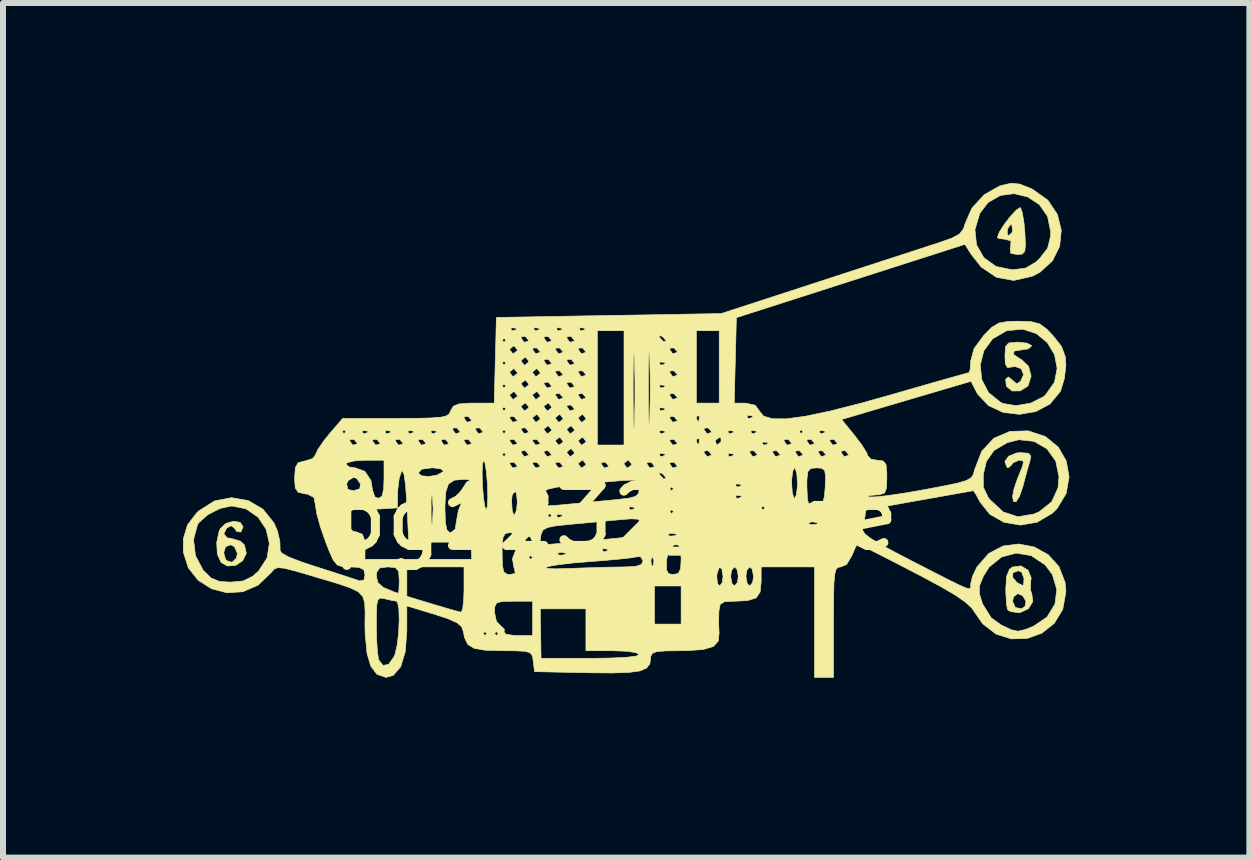
<source format=kicad_pcb>
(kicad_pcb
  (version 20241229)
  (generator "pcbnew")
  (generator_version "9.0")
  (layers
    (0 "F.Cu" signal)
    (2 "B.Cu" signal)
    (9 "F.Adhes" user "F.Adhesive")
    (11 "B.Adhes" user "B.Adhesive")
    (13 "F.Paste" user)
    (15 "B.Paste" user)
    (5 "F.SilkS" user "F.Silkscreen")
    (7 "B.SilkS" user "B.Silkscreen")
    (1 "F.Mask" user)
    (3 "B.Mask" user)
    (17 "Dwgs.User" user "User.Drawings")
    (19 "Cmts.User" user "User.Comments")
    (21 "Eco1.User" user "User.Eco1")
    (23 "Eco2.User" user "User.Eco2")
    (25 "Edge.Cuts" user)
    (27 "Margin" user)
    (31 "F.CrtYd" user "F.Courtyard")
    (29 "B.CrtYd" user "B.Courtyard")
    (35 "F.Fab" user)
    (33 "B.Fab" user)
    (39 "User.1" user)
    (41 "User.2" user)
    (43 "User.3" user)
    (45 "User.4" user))
  (footprint "pg1232_side"
    (layer "F.Cu")
    (at 7.207 5.087)
    (property "Reference" "pg1232_side" (at 0 0.5 0) (layer "F.SilkS") (effects (font (size 1 1) (thickness 0.15))))
    (attr through_hole)
    (fp_poly (pts (xy 6.889 -0.581) (xy 6.927 -0.531) (xy 6.91 -0.449) (xy 6.865 -0.296) (xy 6.811 -0.093) (xy 6.796 -0.036) (xy 6.739 0.133) (xy 6.681 0.225) (xy 6.637 0.225) (xy 6.622 0.136) (xy 6.645 0.016) (xy 6.703 -0.155) (xy 6.717 -0.189) (xy 6.785 -0.356) (xy 6.805 -0.437) (xy 6.777 -0.463) (xy 6.722 -0.465) (xy 6.623 -0.417) (xy 6.604 -0.385) (xy 6.551 -0.339) (xy 6.527 -0.351) (xy 6.493 -0.444) (xy 6.556 -0.532) (xy 6.688 -0.586) (xy 6.754 -0.592) (xy 6.889 -0.581)) (stroke (width 0.01) (type solid)) (fill yes) (layer "F.SilkS"))
    (fp_poly (pts (xy 6.755 -4.674) (xy 6.785 -4.588) (xy 6.813 -4.416) (xy 6.827 -4.259) (xy 6.836 -4.054) (xy 6.825 -3.944) (xy 6.781 -3.901) (xy 6.7 -3.894) (xy 6.592 -3.914) (xy 6.582 -3.994) (xy 6.59 -4.021) (xy 6.595 -4.12) (xy 6.504 -4.148) (xy 6.499 -4.148) (xy 6.393 -4.161) (xy 6.368 -4.181) (xy 6.385 -4.225) (xy 6.534 -4.225) (xy 6.56 -4.211) (xy 6.615 -4.263) (xy 6.622 -4.307) (xy 6.608 -4.391) (xy 6.597 -4.402) (xy 6.556 -4.352) (xy 6.535 -4.307) (xy 6.534 -4.225) (xy 6.385 -4.225) (xy 6.402 -4.269) (xy 6.484 -4.398) (xy 6.589 -4.533) (xy 6.686 -4.638) (xy 6.749 -4.677) (xy 6.755 -4.674)) (stroke (width 0.01) (type solid)) (fill yes) (layer "F.SilkS"))
    (fp_poly (pts (xy 6.864 -2.417) (xy 6.937 -2.378) (xy 6.939 -2.37) (xy 6.885 -2.322) (xy 6.781 -2.306) (xy 6.649 -2.285) (xy 6.637 -2.23) (xy 6.745 -2.155) (xy 6.765 -2.147) (xy 6.888 -2.033) (xy 6.931 -1.868) (xy 6.881 -1.709) (xy 6.873 -1.7) (xy 6.75 -1.621) (xy 6.614 -1.62) (xy 6.521 -1.696) (xy 6.517 -1.706) (xy 6.506 -1.815) (xy 6.552 -1.854) (xy 6.623 -1.797) (xy 6.691 -1.739) (xy 6.755 -1.779) (xy 6.805 -1.892) (xy 6.766 -1.991) (xy 6.662 -2.028) (xy 6.622 -2.021) (xy 6.537 -2.01) (xy 6.501 -2.071) (xy 6.495 -2.207) (xy 6.504 -2.358) (xy 6.557 -2.42) (xy 6.692 -2.433) (xy 6.717 -2.433) (xy 6.864 -2.417)) (stroke (width 0.01) (type solid)) (fill yes) (layer "F.SilkS"))
    (fp_poly (pts (xy -6.254 0.57) (xy -6.205 0.645) (xy -6.205 0.646) (xy -6.242 0.732) (xy -6.313 0.722) (xy -6.347 0.667) (xy -6.402 0.627) (xy -6.478 0.664) (xy -6.522 0.752) (xy -6.523 0.766) (xy -6.47 0.828) (xy -6.388 0.842) (xy -6.246 0.886) (xy -6.182 0.948) (xy -6.151 1.087) (xy -6.211 1.209) (xy -6.328 1.288) (xy -6.467 1.298) (xy -6.571 1.239) (xy -6.634 1.103) (xy -6.635 1.075) (xy -6.528 1.075) (xy -6.498 1.186) (xy -6.479 1.209) (xy -6.389 1.236) (xy -6.317 1.168) (xy -6.3 1.087) (xy -6.35 0.976) (xy -6.412 0.944) (xy -6.495 0.976) (xy -6.528 1.075) (xy -6.635 1.075) (xy -6.645 0.909) (xy -6.604 0.716) (xy -6.584 0.674) (xy -6.492 0.588) (xy -6.366 0.552) (xy -6.254 0.57)) (stroke (width 0.01) (type solid)) (fill yes) (layer "F.SilkS"))
    (fp_poly (pts (xy 6.88 1.368) (xy 6.932 1.496) (xy 6.925 1.551) (xy 6.92 1.695) (xy 6.943 1.763) (xy 6.96 1.891) (xy 6.886 2.009) (xy 6.752 2.073) (xy 6.719 2.075) (xy 6.59 2.058) (xy 6.539 2.028) (xy 6.522 1.94) (xy 6.519 1.885) (xy 6.622 1.885) (xy 6.668 1.989) (xy 6.767 2.011) (xy 6.829 1.974) (xy 6.846 1.886) (xy 6.79 1.793) (xy 6.71 1.758) (xy 6.639 1.811) (xy 6.622 1.885) (xy 6.519 1.885) (xy 6.511 1.774) (xy 6.509 1.677) (xy 6.521 1.489) (xy 6.624 1.489) (xy 6.697 1.576) (xy 6.796 1.626) (xy 6.809 1.577) (xy 6.812 1.504) (xy 6.773 1.4) (xy 6.717 1.377) (xy 6.627 1.411) (xy 6.624 1.489) (xy 6.521 1.489) (xy 6.522 1.469) (xy 6.571 1.352) (xy 6.619 1.315) (xy 6.761 1.296) (xy 6.88 1.368)) (stroke (width 0.01) (type solid)) (fill yes) (layer "F.SilkS"))
    (fp_poly (pts (xy 6.741 -5.069) (xy 6.921 -4.998) (xy 6.96 -4.979) (xy 7.211 -4.799) (xy 7.369 -4.563) (xy 7.434 -4.299) (xy 7.407 -4.032) (xy 7.287 -3.789) (xy 7.074 -3.595) (xy 6.953 -3.533) (xy 6.642 -3.462) (xy 6.354 -3.514) (xy 6.1 -3.685) (xy 5.93 -3.9) (xy 5.828 -4.064) (xy 3.923 -3.453) (xy 2.018 -2.842) (xy 2 -2.13) (xy 1.982 -1.417) (xy 2.17 -1.417) (xy 2.331 -1.383) (xy 2.399 -1.29) (xy 2.469 -1.202) (xy 2.616 -1.157) (xy 2.846 -1.155) (xy 3.166 -1.198) (xy 3.585 -1.286) (xy 4.109 -1.42) (xy 4.553 -1.544) (xy 4.941 -1.656) (xy 5.286 -1.755) (xy 5.571 -1.836) (xy 5.777 -1.893) (xy 5.885 -1.923) (xy 5.898 -1.925) (xy 5.916 -1.981) (xy 5.92 -2.053) (xy 6.083 -2.053) (xy 6.108 -1.811) (xy 6.221 -1.593) (xy 6.423 -1.43) (xy 6.463 -1.411) (xy 6.68 -1.375) (xy 6.925 -1.417) (xy 7.137 -1.524) (xy 7.17 -1.552) (xy 7.32 -1.765) (xy 7.365 -1.997) (xy 7.321 -2.226) (xy 7.2 -2.427) (xy 7.019 -2.576) (xy 6.791 -2.65) (xy 6.532 -2.625) (xy 6.516 -2.62) (xy 6.288 -2.488) (xy 6.143 -2.289) (xy 6.083 -2.053) (xy 5.92 -2.053) (xy 5.923 -2.114) (xy 5.923 -2.117) (xy 5.98 -2.326) (xy 6.141 -2.545) (xy 6.277 -2.683) (xy 6.397 -2.753) (xy 6.553 -2.779) (xy 6.717 -2.783) (xy 6.931 -2.775) (xy 7.072 -2.739) (xy 7.191 -2.652) (xy 7.293 -2.545) (xy 7.437 -2.363) (xy 7.5 -2.193) (xy 7.511 -2.05) (xy 7.486 -1.83) (xy 7.425 -1.629) (xy 7.414 -1.606) (xy 7.244 -1.401) (xy 7.008 -1.276) (xy 6.737 -1.23) (xy 6.464 -1.263) (xy 6.221 -1.376) (xy 6.04 -1.568) (xy 6.022 -1.6) (xy 5.929 -1.781) (xy 4.85 -1.463) (xy 3.772 -1.144) (xy 3.99 -0.877) (xy 4.113 -0.715) (xy 4.192 -0.586) (xy 4.209 -0.538) (xy 4.263 -0.483) (xy 4.368 -0.465) (xy 4.465 -0.453) (xy 4.512 -0.395) (xy 4.526 -0.256) (xy 4.526 -0.179) (xy 4.521 -0.003) (xy 4.488 0.081) (xy 4.403 0.11) (xy 4.32 0.115) (xy 4.217 0.127) (xy 4.222 0.143) (xy 4.241 0.147) (xy 4.35 0.145) (xy 4.554 0.122) (xy 4.827 0.082) (xy 5.137 0.028) (xy 5.159 0.024) (xy 5.486 -0.038) (xy 5.709 -0.085) (xy 5.849 -0.126) (xy 5.928 -0.171) (xy 5.968 -0.226) (xy 5.968 -0.229) (xy 6.134 -0.229) (xy 6.134 -0.019) (xy 6.216 0.155) (xy 6.244 0.191) (xy 6.466 0.396) (xy 6.711 0.477) (xy 6.978 0.432) (xy 7.068 0.392) (xy 7.274 0.228) (xy 7.379 -0.003) (xy 7.396 -0.188) (xy 7.341 -0.453) (xy 7.194 -0.656) (xy 6.979 -0.78) (xy 6.725 -0.807) (xy 6.534 -0.758) (xy 6.312 -0.628) (xy 6.186 -0.447) (xy 6.134 -0.229) (xy 5.968 -0.229) (xy 5.988 -0.302) (xy 5.99 -0.31) (xy 6.108 -0.615) (xy 6.309 -0.831) (xy 6.579 -0.946) (xy 6.883 -0.955) (xy 7.169 -0.861) (xy 7.383 -0.685) (xy 7.518 -0.451) (xy 7.564 -0.185) (xy 7.516 0.087) (xy 7.365 0.339) (xy 7.284 0.419) (xy 7.032 0.568) (xy 6.753 0.616) (xy 6.478 0.569) (xy 6.24 0.433) (xy 6.081 0.233) (xy 6.012 0.105) (xy 5.971 0.044) (xy 5.969 0.043) (xy 5.905 0.054) (xy 5.739 0.083) (xy 5.493 0.127) (xy 5.19 0.181) (xy 5.069 0.202) (xy 4.752 0.259) (xy 4.484 0.307) (xy 4.287 0.341) (xy 4.185 0.359) (xy 4.175 0.361) (xy 4.167 0.411) (xy 4.166 0.44) (xy 4.147 0.564) (xy 4.125 0.646) (xy 4.122 0.702) (xy 4.159 0.761) (xy 4.252 0.835) (xy 4.416 0.935) (xy 4.666 1.07) (xy 4.951 1.218) (xy 5.305 1.4) (xy 5.561 1.53) (xy 5.735 1.616) (xy 5.843 1.663) (xy 5.9 1.677) (xy 5.922 1.665) (xy 5.925 1.633) (xy 5.923 1.598) (xy 5.954 1.47) (xy 6.027 1.316) (xy 6.222 1.091) (xy 6.462 0.965) (xy 6.725 0.931) (xy 6.984 0.981) (xy 7.216 1.109) (xy 7.395 1.308) (xy 7.497 1.571) (xy 7.511 1.726) (xy 7.458 2.022) (xy 7.317 2.254) (xy 7.11 2.418) (xy 6.863 2.506) (xy 6.601 2.513) (xy 6.346 2.433) (xy 6.124 2.261) (xy 6.007 2.093) (xy 5.941 1.998) (xy 5.838 1.902) (xy 5.68 1.791) (xy 5.631 1.762) (xy 6.069 1.762) (xy 6.121 1.929) (xy 6.267 2.163) (xy 6.433 2.281) (xy 6.599 2.36) (xy 6.712 2.385) (xy 6.835 2.356) (xy 6.972 2.301) (xy 7.197 2.148) (xy 7.328 1.933) (xy 7.359 1.687) (xy 7.285 1.44) (xy 7.164 1.279) (xy 6.933 1.125) (xy 6.682 1.083) (xy 6.439 1.148) (xy 6.233 1.314) (xy 6.135 1.468) (xy 6.071 1.629) (xy 6.069 1.762) (xy 5.631 1.762) (xy 5.449 1.655) (xy 5.127 1.481) (xy 4.983 1.406) (xy 4.674 1.246) (xy 4.407 1.109) (xy 4.2 1.005) (xy 4.073 0.944) (xy 4.043 0.932) (xy 4.003 0.985) (xy 3.948 1.114) (xy 3.945 1.123) (xy 3.855 1.273) (xy 3.758 1.313) (xy 3.711 1.321) (xy 3.678 1.357) (xy 3.657 1.44) (xy 3.644 1.59) (xy 3.639 1.826) (xy 3.637 2.166) (xy 3.637 2.234) (xy 3.637 3.155) (xy 3.32 3.155) (xy 3.32 1.313) (xy 2.431 1.313) (xy 2.431 1.56) (xy 2.414 1.731) (xy 2.347 1.83) (xy 2.204 1.875) (xy 1.981 1.885) (xy 1.82 1.893) (xy 1.748 1.937) (xy 1.727 2.048) (xy 1.725 2.091) (xy 1.723 2.274) (xy 1.73 2.412) (xy 1.717 2.549) (xy 1.635 2.639) (xy 1.465 2.69) (xy 1.193 2.709) (xy 1.09 2.71) (xy 0.838 2.713) (xy 0.688 2.726) (xy 0.614 2.756) (xy 0.59 2.808) (xy 0.589 2.829) (xy 0.575 2.929) (xy 0.521 3) (xy 0.41 3.047) (xy 0.225 3.072) (xy -0.052 3.081) (xy -0.437 3.078) (xy -0.467 3.077) (xy -1.347 3.059) (xy -1.368 2.885) (xy -1.382 2.797) (xy -1.42 2.745) (xy -1.507 2.72) (xy -1.672 2.711) (xy -1.884 2.71) (xy -2.169 2.702) (xy -2.353 2.671) (xy -2.46 2.604) (xy -2.514 2.49) (xy -2.527 2.424) (xy -2.205 2.424) (xy -2.173 2.456) (xy -2.141 2.424) (xy -2.014 2.424) (xy -1.982 2.456) (xy -1.951 2.424) (xy -1.982 2.393) (xy -2.014 2.424) (xy -2.141 2.424) (xy -2.173 2.393) (xy -2.205 2.424) (xy -2.527 2.424) (xy -2.532 2.397) (xy -2.561 2.312) (xy -2.638 2.244) (xy -2.788 2.177) (xy -3.014 2.103) (xy -3.475 1.963) (xy -3.475 2.371) (xy -3.501 2.724) (xy -3.577 2.976) (xy -3.701 3.121) (xy -3.824 3.155) (xy -3.974 3.103) (xy -4.076 2.967) (xy -4.139 2.755) (xy -4.17 2.431) (xy -4.173 2.285) (xy -3.983 2.285) (xy -3.978 2.531) (xy -3.965 2.735) (xy -3.946 2.857) (xy -3.944 2.864) (xy -3.87 2.956) (xy -3.778 2.936) (xy -3.691 2.813) (xy -3.671 2.764) (xy -3.635 2.608) (xy -3.612 2.406) (xy -3.603 2.197) (xy -3.608 2.017) (xy -3.63 1.904) (xy -3.649 1.884) (xy -3.743 1.868) (xy -3.84 1.845) (xy -3.912 1.832) (xy -3.955 1.857) (xy -3.976 1.945) (xy -3.982 2.12) (xy -3.983 2.285) (xy -4.173 2.285) (xy -4.173 2.267) (xy -4.171 2.06) (xy -4.178 1.912) (xy -4.21 1.806) (xy -4.286 1.727) (xy -4.423 1.66) (xy -4.639 1.587) (xy -4.952 1.495) (xy -5.076 1.457) (xy -5.343 1.379) (xy -5.516 1.336) (xy -5.619 1.325) (xy -5.681 1.346) (xy -5.728 1.396) (xy -5.735 1.406) (xy -5.954 1.617) (xy -6.209 1.727) (xy -6.475 1.744) (xy -6.731 1.677) (xy -6.953 1.536) (xy -7.118 1.328) (xy -7.202 1.063) (xy -7.2 0.858) (xy -7.031 0.858) (xy -6.998 1.126) (xy -6.872 1.366) (xy -6.866 1.372) (xy -6.736 1.5) (xy -6.594 1.556) (xy -6.417 1.567) (xy -6.203 1.547) (xy -6.045 1.469) (xy -5.946 1.382) (xy -5.805 1.163) (xy -5.767 0.921) (xy -5.821 0.685) (xy -5.956 0.483) (xy -6.158 0.344) (xy -6.396 0.297) (xy -6.589 0.339) (xy -6.79 0.441) (xy -6.94 0.573) (xy -6.965 0.611) (xy -7.031 0.858) (xy -7.2 0.858) (xy -7.2 0.843) (xy -7.132 0.613) (xy -6.978 0.412) (xy -6.94 0.377) (xy -6.68 0.213) (xy -6.397 0.159) (xy -6.119 0.207) (xy -5.874 0.35) (xy -5.689 0.581) (xy -5.632 0.715) (xy -5.592 0.885) (xy -5.588 1.011) (xy -5.591 1.023) (xy -5.566 1.078) (xy -5.446 1.147) (xy -5.219 1.234) (xy -4.989 1.31) (xy -4.716 1.397) (xy -4.483 1.472) (xy -4.32 1.526) (xy -4.264 1.546) (xy -4.19 1.531) (xy -4.177 1.467) (xy -3.983 1.467) (xy -3.959 1.573) (xy -3.871 1.653) (xy -3.691 1.729) (xy -3.618 1.753) (xy -3.607 1.7) (xy -3.602 1.565) (xy -3.602 1.535) (xy -3.612 1.386) (xy -3.666 1.325) (xy -3.792 1.313) (xy -3.475 1.313) (xy -3.475 1.803) (xy -3.046 1.933) (xy -2.827 1.998) (xy -2.657 2.046) (xy -2.571 2.068) (xy -2.57 2.069) (xy -2.57 2.068) (xy -2.014 2.068) (xy -1.982 2.222) (xy -1.915 2.29) (xy -1.849 2.353) (xy -1.855 2.392) (xy -1.827 2.434) (xy -1.692 2.455) (xy -1.637 2.456) (xy -1.379 2.456) (xy -1.379 2.012) (xy -1.251 2.012) (xy -1.238 2.837) (xy -0.42 2.837) (xy -0.069 2.832) (xy 0.193 2.819) (xy 0.353 2.798) (xy 0.399 2.774) (xy 0.34 2.741) (xy 0.183 2.719) (xy -0.045 2.71) (xy -0.49 2.71) (xy -0.49 2.012) (xy -1.251 2.012) (xy -1.379 2.012) (xy -1.379 1.885) (xy -1.697 1.885) (xy -1.885 1.889) (xy -1.978 1.915) (xy -2.011 1.981) (xy -2.014 2.068) (xy -2.57 2.068) (xy -2.545 2.015) (xy -2.528 1.868) (xy -2.522 1.694) (xy -2.522 1.631) (xy 0.653 1.631) (xy 0.653 2.266) (xy 1.097 2.266) (xy 1.097 1.631) (xy 0.653 1.631) (xy -2.522 1.631) (xy -2.522 1.472) (xy 1.691 1.472) (xy 1.704 1.591) (xy 1.739 1.631) (xy 1.782 1.576) (xy 1.796 1.472) (xy 1.923 1.472) (xy 1.945 1.591) (xy 1.986 1.631) (xy 2.034 1.576) (xy 2.05 1.472) (xy 2.177 1.472) (xy 2.199 1.591) (xy 2.24 1.631) (xy 2.288 1.576) (xy 2.304 1.472) (xy 2.282 1.353) (xy 2.24 1.313) (xy 2.193 1.368) (xy 2.177 1.472) (xy 2.05 1.472) (xy 2.028 1.353) (xy 1.986 1.313) (xy 1.939 1.368) (xy 1.923 1.472) (xy 1.796 1.472) (xy 1.775 1.34) (xy 1.732 1.324) (xy 1.696 1.425) (xy 1.691 1.472) (xy -2.522 1.472) (xy -2.522 1.313) (xy -3.475 1.313) (xy -3.792 1.313) (xy -3.929 1.331) (xy -3.978 1.403) (xy -3.983 1.467) (xy -4.177 1.467) (xy -4.173 1.447) (xy -4.193 1.359) (xy -4.275 1.321) (xy -4.422 1.313) (xy -4.551 1.309) (xy -4.637 1.279) (xy -4.703 1.198) (xy -4.773 1.041) (xy -4.834 0.883) (xy -4.917 0.644) (xy -4.976 0.429) (xy -4.992 0.329) (xy -4.483 0.329) (xy -4.479 0.472) (xy -4.449 0.637) (xy -4.382 0.713) (xy -4.316 0.73) (xy -4.216 0.769) (xy -4.177 0.873) (xy -4.173 0.968) (xy -4.173 1.186) (xy -2.395 1.186) (xy -2.397 1.091) (xy -1.887 1.091) (xy -1.882 1.293) (xy -1.858 1.398) (xy -1.805 1.436) (xy -1.758 1.44) (xy -1.668 1.42) (xy -1.679 1.36) (xy 0.852 1.36) (xy 0.889 1.427) (xy 0.966 1.44) (xy 1.051 1.421) (xy 1.089 1.339) (xy 1.097 1.182) (xy 1.088 1.016) (xy 1.05 0.947) (xy 0.986 0.944) (xy 0.899 1.012) (xy 0.857 1.183) (xy 0.855 1.203) (xy 0.852 1.36) (xy -1.679 1.36) (xy -1.682 1.34) (xy -1.69 1.326) (xy -1.69 1.324) (xy -1.164 1.324) (xy -1.127 1.34) (xy -0.98 1.345) (xy -0.744 1.338) (xy -0.442 1.327) (xy -0.141 1.318) (xy 0.102 1.314) (xy 0.129 1.314) (xy 0.332 1.305) (xy 0.434 1.273) (xy 0.462 1.214) (xy 0.462 1.213) (xy 0.594 1.213) (xy 0.606 1.295) (xy 0.628 1.296) (xy 0.643 1.211) (xy 0.633 1.174) (xy 0.604 1.15) (xy 0.594 1.213) (xy 0.462 1.213) (xy 0.42 1.142) (xy 0.351 1.146) (xy 0.242 1.164) (xy 0.04 1.186) (xy -0.221 1.209) (xy -0.395 1.222) (xy -0.707 1.248) (xy -0.945 1.276) (xy -1.1 1.302) (xy -1.164 1.324) (xy -1.69 1.324) (xy -1.716 1.177) (xy -1.707 1.154) (xy -1.443 1.154) (xy -1.411 1.186) (xy -1.379 1.154) (xy -1.411 1.123) (xy -1.443 1.154) (xy -1.707 1.154) (xy -1.693 1.119) (xy -1.689 1.107) (xy -0.971 1.107) (xy -0.908 1.118) (xy -0.826 1.106) (xy -0.825 1.084) (xy -0.91 1.069) (xy -0.947 1.079) (xy -0.971 1.107) (xy -1.689 1.107) (xy -1.655 1.017) (xy -0.215 1.017) (xy -0.206 1.055) (xy -0.173 1.059) (xy -0.12 1.036) (xy -0.13 1.017) (xy -0.206 1.009) (xy -0.215 1.017) (xy -1.655 1.017) (xy -1.634 0.961) (xy -1.64 0.9) (xy -1.506 0.9) (xy -1.472 0.985) (xy -1.443 0.996) (xy -1.393 0.951) (xy -1.263 0.951) (xy -0.766 0.908) (xy -0.466 0.882) (xy -0.162 0.853) (xy 0.081 0.829) (xy 0.282 0.802) (xy 0.318 0.79) (xy 0.871 0.79) (xy 0.933 0.8) (xy 1.016 0.788) (xy 1.017 0.767) (xy 0.932 0.752) (xy 0.895 0.762) (xy 0.871 0.79) (xy 0.318 0.79) (xy 0.387 0.766) (xy 0.426 0.703) (xy 0.431 0.643) (xy 0.426 0.599) (xy 3.22 0.599) (xy 3.283 0.61) (xy 3.365 0.598) (xy 3.366 0.576) (xy 3.281 0.561) (xy 3.244 0.571) (xy 3.22 0.599) (xy 0.426 0.599) (xy 0.422 0.558) (xy 0.377 0.518) (xy 0.264 0.511) (xy 0.081 0.526) (xy -0.168 0.549) (xy -0.474 0.578) (xy -0.744 0.603) (xy -0.988 0.628) (xy -1.133 0.657) (xy -1.206 0.699) (xy -1.237 0.767) (xy -1.242 0.799) (xy -1.263 0.951) (xy -1.393 0.951) (xy -1.386 0.944) (xy -1.379 0.9) (xy -1.414 0.816) (xy -1.443 0.805) (xy -1.499 0.857) (xy -1.506 0.9) (xy -1.64 0.9) (xy -1.647 0.824) (xy -1.725 0.747) (xy -1.76 0.742) (xy -1.834 0.757) (xy -1.872 0.822) (xy -1.886 0.968) (xy -1.887 1.091) (xy -2.397 1.091) (xy -2.405 0.726) (xy -2.41 0.519) (xy -1.443 0.519) (xy -1.411 0.551) (xy -1.379 0.519) (xy -1.411 0.488) (xy -1.443 0.519) (xy -2.41 0.519) (xy -2.411 0.498) (xy -2.413 0.456) (xy -1.125 0.456) (xy -1.093 0.488) (xy -1.062 0.456) (xy -1.072 0.445) (xy -0.977 0.445) (xy -0.968 0.483) (xy -0.935 0.488) (xy -0.882 0.464) (xy -0.892 0.445) (xy -0.968 0.438) (xy -0.977 0.445) (xy -1.072 0.445) (xy -1.093 0.424) (xy -1.125 0.456) (xy -2.413 0.456) (xy -2.417 0.389) (xy -2.427 0.392) (xy -2.443 0.498) (xy -2.453 0.583) (xy -2.49 0.9) (xy -3.443 0.9) (xy -3.47 0.361) (xy -3.073 0.361) (xy -3.07 0.535) (xy -3.062 0.613) (xy -3.049 0.579) (xy -3.048 0.567) (xy -3.037 0.344) (xy -3.038 0.336) (xy -2.84 0.336) (xy -2.833 0.565) (xy -2.81 0.692) (xy -2.764 0.739) (xy -2.744 0.742) (xy -2.669 0.685) (xy -2.649 0.553) (xy -2.615 0.369) (xy -2.533 0.174) (xy -2.522 0.156) (xy -2.426 -0.016) (xy -2.405 -0.108) (xy -2.457 -0.144) (xy -2.517 -0.147) (xy -2.682 -0.133) (xy -2.779 -0.072) (xy -2.826 0.061) (xy -2.84 0.29) (xy -2.84 0.336) (xy -3.038 0.336) (xy -3.048 0.154) (xy -3.06 0.106) (xy -3.069 0.171) (xy -3.073 0.335) (xy -3.073 0.361) (xy -3.47 0.361) (xy -3.475 0.265) (xy -3.496 -0.042) (xy -3.521 -0.228) (xy -3.534 -0.254) (xy -3.284 -0.254) (xy -3.233 -0.206) (xy -3.113 -0.195) (xy -2.977 -0.216) (xy -2.9 -0.256) (xy -2.22 -0.256) (xy -2.215 -0.052) (xy -2.198 0.158) (xy -2.175 0.307) (xy -2.152 0.361) (xy -2.133 0.303) (xy -2.13 0.234) (xy -1.728 0.234) (xy -1.718 0.38) (xy -1.691 0.447) (xy -1.681 0.446) (xy -1.657 0.392) (xy 0.907 0.392) (xy 0.939 0.424) (xy 0.97 0.392) (xy 0.939 0.361) (xy 0.907 0.392) (xy -1.657 0.392) (xy -1.646 0.368) (xy -1.642 0.318) (xy 0.229 0.318) (xy 0.238 0.356) (xy 0.272 0.361) (xy 0.324 0.337) (xy 0.32 0.329) (xy 2.431 0.329) (xy 2.463 0.361) (xy 2.494 0.329) (xy 2.463 0.297) (xy 2.431 0.329) (xy 0.32 0.329) (xy 0.314 0.318) (xy 0.239 0.311) (xy 0.229 0.318) (xy -1.642 0.318) (xy -1.634 0.241) (xy -1.248 0.241) (xy -1.22 0.283) (xy -1.132 0.295) (xy -0.957 0.284) (xy -0.829 0.272) (xy -0.525 0.243) (xy -0.198 0.212) (xy 0.002 0.193) (xy 0.219 0.168) (xy 0.338 0.138) (xy 0.348 0.128) (xy 2.007 0.128) (xy 2.016 0.166) (xy 2.05 0.17) (xy 2.102 0.147) (xy 2.092 0.128) (xy 2.017 0.12) (xy 2.007 0.128) (xy 0.348 0.128) (xy 0.388 0.087) (xy 0.398 0.011) (xy 0.907 0.011) (xy 0.939 0.043) (xy 0.97 0.011) (xy 0.939 -0.02) (xy 0.907 0.011) (xy 0.398 0.011) (xy 0.399 0.001) (xy 0.395 -0.063) (xy 2.007 -0.063) (xy 2.016 -0.025) (xy 2.05 -0.02) (xy 2.102 -0.044) (xy 2.092 -0.063) (xy 2.017 -0.07) (xy 2.007 -0.063) (xy 0.395 -0.063) (xy 0.394 -0.075) (xy 0.388 -0.084) (xy 2.939 -0.084) (xy 2.95 0.075) (xy 2.977 0.164) (xy 2.987 0.17) (xy 3.018 0.114) (xy 3.035 -0.027) (xy 3.035 -0.031) (xy 3.193 -0.031) (xy 3.203 0.193) (xy 3.242 0.314) (xy 3.32 0.352) (xy 3.38 0.346) (xy 3.446 0.29) (xy 3.485 0.138) (xy 3.498 -0.005) (xy 3.505 -0.199) (xy 3.489 -0.297) (xy 3.435 -0.333) (xy 3.355 -0.338) (xy 3.257 -0.328) (xy 3.21 -0.275) (xy 3.194 -0.146) (xy 3.193 -0.031) (xy 3.035 -0.031) (xy 3.036 -0.084) (xy 3.025 -0.243) (xy 2.998 -0.331) (xy 2.987 -0.338) (xy 2.957 -0.281) (xy 2.94 -0.141) (xy 2.939 -0.084) (xy 0.388 -0.084) (xy 0.363 -0.118) (xy 0.279 -0.134) (xy 0.116 -0.127) (xy -0.093 -0.109) (xy -0.496 -0.072) (xy -0.789 -0.042) (xy -0.991 -0.013) (xy -1.12 0.017) (xy -1.193 0.053) (xy -1.227 0.1) (xy -1.242 0.161) (xy -1.242 0.162) (xy -1.248 0.241) (xy -1.634 0.241) (xy -1.633 0.234) (xy -1.648 0.092) (xy -1.681 0.021) (xy -1.711 0.057) (xy -1.727 0.184) (xy -1.728 0.234) (xy -2.13 0.234) (xy -2.126 0.152) (xy -2.131 -0.052) (xy -2.147 -0.256) (xy 0.727 -0.256) (xy 0.742 -0.221) (xy 0.806 -0.152) (xy 0.843 -0.166) (xy 0.843 -0.175) (xy 0.798 -0.229) (xy 0.77 -0.249) (xy 0.727 -0.256) (xy -2.147 -0.256) (xy -2.148 -0.262) (xy -2.17 -0.405) (xy -1.76 -0.405) (xy -1.714 -0.34) (xy -1.697 -0.338) (xy -1.635 -0.359) (xy -1.633 -0.366) (xy -1.665 -0.405) (xy -1.379 -0.405) (xy -1.333 -0.34) (xy -1.316 -0.338) (xy -1.254 -0.359) (xy -1.252 -0.366) (xy -1.284 -0.405) (xy -0.998 -0.405) (xy -0.952 -0.34) (xy -0.935 -0.338) (xy -0.873 -0.359) (xy -0.871 -0.366) (xy -0.9 -0.401) (xy -0.617 -0.401) (xy -0.569 -0.34) (xy -0.554 -0.338) (xy -0.492 -0.386) (xy -0.49 -0.401) (xy -0.493 -0.405) (xy -0.236 -0.405) (xy -0.19 -0.34) (xy -0.173 -0.338) (xy -0.111 -0.359) (xy -0.109 -0.366) (xy -0.138 -0.401) (xy 0.145 -0.401) (xy 0.193 -0.34) (xy 0.208 -0.338) (xy 0.27 -0.386) (xy 0.272 -0.401) (xy 0.269 -0.405) (xy 0.526 -0.405) (xy 0.572 -0.34) (xy 0.589 -0.338) (xy 0.651 -0.359) (xy 0.653 -0.366) (xy 0.621 -0.405) (xy 0.907 -0.405) (xy 0.953 -0.34) (xy 0.97 -0.338) (xy 1.032 -0.359) (xy 1.034 -0.366) (xy 0.989 -0.42) (xy 0.97 -0.433) (xy 0.912 -0.428) (xy 0.907 -0.405) (xy 0.621 -0.405) (xy 0.608 -0.42) (xy 0.589 -0.433) (xy 0.531 -0.428) (xy 0.526 -0.405) (xy 0.269 -0.405) (xy 0.223 -0.463) (xy 0.208 -0.465) (xy 0.147 -0.416) (xy 0.145 -0.401) (xy -0.138 -0.401) (xy -0.154 -0.42) (xy -0.173 -0.433) (xy -0.231 -0.428) (xy -0.236 -0.405) (xy -0.493 -0.405) (xy -0.539 -0.463) (xy -0.554 -0.465) (xy -0.615 -0.416) (xy -0.617 -0.401) (xy -0.9 -0.401) (xy -0.916 -0.42) (xy -0.935 -0.433) (xy -0.993 -0.428) (xy -0.998 -0.405) (xy -1.284 -0.405) (xy -1.297 -0.42) (xy -1.316 -0.433) (xy -1.374 -0.428) (xy -1.379 -0.405) (xy -1.665 -0.405) (xy -1.678 -0.42) (xy -1.697 -0.433) (xy -1.755 -0.428) (xy -1.76 -0.405) (xy -2.17 -0.405) (xy -2.171 -0.411) (xy -2.194 -0.465) (xy -2.213 -0.407) (xy -2.22 -0.256) (xy -2.9 -0.256) (xy -2.878 -0.267) (xy -2.867 -0.282) (xy -2.899 -0.318) (xy -3.021 -0.337) (xy -3.058 -0.338) (xy -3.226 -0.316) (xy -3.284 -0.254) (xy -3.534 -0.254) (xy -3.551 -0.29) (xy -3.565 -0.279) (xy -3.603 -0.161) (xy -3.626 0.021) (xy -3.628 0.07) (xy -3.633 0.329) (xy -3.935 0.348) (xy -4.126 0.348) (xy -4.227 0.319) (xy -4.237 0.301) (xy -4.29 0.247) (xy -4.368 0.234) (xy -4.453 0.252) (xy -4.483 0.329) (xy -4.992 0.329) (xy -4.999 0.285) (xy -4.999 0.284) (xy -5.024 0.156) (xy -5.125 0.102) (xy -5.173 0.095) (xy -5.286 0.069) (xy -5.335 -0.001) (xy -5.34 -0.068) (xy -4.479 -0.068) (xy -4.457 0.022) (xy -4.364 0.043) (xy -4.26 0.011) (xy -4.249 -0.068) (xy -4.311 -0.162) (xy -4.364 -0.179) (xy -4.453 -0.126) (xy -4.479 -0.068) (xy -5.34 -0.068) (xy -5.346 -0.153) (xy -5.345 -0.179) (xy -5.334 -0.344) (xy -5.3 -0.401) (xy -4.491 -0.401) (xy -4.436 -0.353) (xy -4.334 -0.338) (xy -4.176 -0.281) (xy -4.074 -0.13) (xy -4.046 0.039) (xy -4.007 0.146) (xy -3.951 0.17) (xy -3.891 0.136) (xy -3.862 0.019) (xy -3.856 -0.147) (xy -3.856 -0.465) (xy -4.173 -0.465) (xy -4.354 -0.453) (xy -4.469 -0.424) (xy -4.491 -0.401) (xy -5.3 -0.401) (xy -5.288 -0.422) (xy -5.183 -0.452) (xy -5.171 -0.453) (xy -5.045 -0.493) (xy -4.999 -0.553) (xy -4.996 -0.56) (xy -1.887 -0.56) (xy -1.855 -0.528) (xy -1.824 -0.56) (xy -1.855 -0.592) (xy -1.887 -0.56) (xy -4.996 -0.56) (xy -4.98 -0.596) (xy -1.57 -0.596) (xy -1.524 -0.531) (xy -1.506 -0.528) (xy -1.444 -0.55) (xy -1.443 -0.556) (xy -1.475 -0.596) (xy -1.189 -0.596) (xy -1.143 -0.531) (xy -1.125 -0.528) (xy -1.063 -0.55) (xy -1.062 -0.556) (xy -1.091 -0.592) (xy -0.808 -0.592) (xy -0.759 -0.53) (xy -0.744 -0.528) (xy -0.69 -0.571) (xy 0.737 -0.571) (xy 0.746 -0.533) (xy 0.78 -0.528) (xy 0.832 -0.552) (xy 0.822 -0.571) (xy 0.747 -0.578) (xy 0.737 -0.571) (xy -0.69 -0.571) (xy -0.683 -0.577) (xy -0.681 -0.592) (xy -0.684 -0.596) (xy 1.478 -0.596) (xy 1.524 -0.531) (xy 1.542 -0.528) (xy 1.604 -0.55) (xy 1.605 -0.556) (xy 1.594 -0.571) (xy 1.88 -0.571) (xy 1.889 -0.533) (xy 1.923 -0.528) (xy 1.975 -0.552) (xy 1.965 -0.571) (xy 1.89 -0.578) (xy 1.88 -0.571) (xy 1.594 -0.571) (xy 1.573 -0.596) (xy 2.24 -0.596) (xy 2.286 -0.531) (xy 2.304 -0.528) (xy 2.366 -0.55) (xy 2.367 -0.556) (xy 2.335 -0.596) (xy 2.621 -0.596) (xy 2.667 -0.531) (xy 2.685 -0.528) (xy 2.747 -0.55) (xy 2.748 -0.556) (xy 2.716 -0.596) (xy 3.002 -0.596) (xy 3.048 -0.531) (xy 3.066 -0.528) (xy 3.128 -0.55) (xy 3.129 -0.556) (xy 3.097 -0.596) (xy 3.383 -0.596) (xy 3.429 -0.531) (xy 3.447 -0.528) (xy 3.509 -0.55) (xy 3.51 -0.556) (xy 3.478 -0.596) (xy 3.764 -0.596) (xy 3.81 -0.531) (xy 3.828 -0.528) (xy 3.89 -0.55) (xy 3.891 -0.556) (xy 3.847 -0.611) (xy 3.828 -0.624) (xy 3.769 -0.619) (xy 3.764 -0.596) (xy 3.478 -0.596) (xy 3.466 -0.611) (xy 3.447 -0.624) (xy 3.388 -0.619) (xy 3.383 -0.596) (xy 3.097 -0.596) (xy 3.085 -0.611) (xy 3.066 -0.624) (xy 3.007 -0.619) (xy 3.002 -0.596) (xy 2.716 -0.596) (xy 2.704 -0.611) (xy 2.685 -0.624) (xy 2.626 -0.619) (xy 2.621 -0.596) (xy 2.335 -0.596) (xy 2.323 -0.611) (xy 2.304 -0.624) (xy 2.245 -0.619) (xy 2.24 -0.596) (xy 1.573 -0.596) (xy 1.561 -0.611) (xy 1.542 -0.624) (xy 1.483 -0.619) (xy 1.478 -0.596) (xy -0.684 -0.596) (xy -0.729 -0.653) (xy -0.744 -0.655) (xy -0.806 -0.607) (xy -0.808 -0.592) (xy -1.091 -0.592) (xy -1.106 -0.611) (xy -1.125 -0.624) (xy -1.184 -0.619) (xy -1.189 -0.596) (xy -1.475 -0.596) (xy -1.487 -0.611) (xy -1.506 -0.624) (xy -1.565 -0.619) (xy -1.57 -0.596) (xy -4.98 -0.596) (xy -4.96 -0.642) (xy -4.861 -0.786) (xy -4.427 -0.786) (xy -4.381 -0.721) (xy -4.364 -0.719) (xy -4.302 -0.74) (xy -4.3 -0.747) (xy -4.332 -0.786) (xy -4.046 -0.786) (xy -4 -0.721) (xy -3.983 -0.719) (xy -3.921 -0.74) (xy -3.919 -0.747) (xy -3.951 -0.786) (xy -3.665 -0.786) (xy -3.619 -0.721) (xy -3.602 -0.719) (xy -3.54 -0.74) (xy -3.538 -0.747) (xy -3.57 -0.786) (xy -3.284 -0.786) (xy -3.238 -0.721) (xy -3.221 -0.719) (xy -3.159 -0.74) (xy -3.157 -0.747) (xy -3.189 -0.786) (xy -2.903 -0.786) (xy -2.857 -0.721) (xy -2.84 -0.719) (xy -2.778 -0.74) (xy -2.776 -0.747) (xy -2.808 -0.786) (xy -2.522 -0.786) (xy -2.476 -0.721) (xy -2.459 -0.719) (xy -2.397 -0.74) (xy -2.395 -0.747) (xy -2.427 -0.786) (xy -1.76 -0.786) (xy -1.714 -0.721) (xy -1.697 -0.719) (xy -1.635 -0.74) (xy -1.633 -0.747) (xy -1.665 -0.786) (xy -1.379 -0.786) (xy -1.333 -0.721) (xy -1.316 -0.719) (xy -1.254 -0.74) (xy -1.252 -0.747) (xy -1.281 -0.782) (xy -0.998 -0.782) (xy -0.95 -0.721) (xy -0.935 -0.719) (xy -0.873 -0.767) (xy -0.871 -0.782) (xy -0.617 -0.782) (xy -0.569 -0.721) (xy -0.554 -0.719) (xy -0.492 -0.767) (xy -0.49 -0.782) (xy -0.539 -0.844) (xy -0.554 -0.846) (xy -0.615 -0.797) (xy -0.617 -0.782) (xy -0.871 -0.782) (xy -0.92 -0.844) (xy -0.935 -0.846) (xy -0.996 -0.797) (xy -0.998 -0.782) (xy -1.281 -0.782) (xy -1.297 -0.801) (xy -1.316 -0.814) (xy -1.374 -0.809) (xy -1.379 -0.786) (xy -1.665 -0.786) (xy -1.678 -0.801) (xy -1.697 -0.814) (xy -1.755 -0.809) (xy -1.76 -0.786) (xy -2.427 -0.786) (xy -2.44 -0.801) (xy -2.459 -0.814) (xy -2.517 -0.809) (xy -2.522 -0.786) (xy -2.808 -0.786) (xy -2.821 -0.801) (xy -2.84 -0.814) (xy -2.898 -0.809) (xy -2.903 -0.786) (xy -3.189 -0.786) (xy -3.202 -0.801) (xy -3.221 -0.814) (xy -3.279 -0.809) (xy -3.284 -0.786) (xy -3.57 -0.786) (xy -3.583 -0.801) (xy -3.602 -0.814) (xy -3.66 -0.809) (xy -3.665 -0.786) (xy -3.951 -0.786) (xy -3.964 -0.801) (xy -3.983 -0.814) (xy -4.041 -0.809) (xy -4.046 -0.786) (xy -4.332 -0.786) (xy -4.345 -0.801) (xy -4.364 -0.814) (xy -4.422 -0.809) (xy -4.427 -0.786) (xy -4.861 -0.786) (xy -4.86 -0.788) (xy -4.772 -0.898) (xy -4.735 -0.941) (xy -4.554 -0.941) (xy -4.522 -0.909) (xy -4.491 -0.941) (xy -4.501 -0.952) (xy -4.216 -0.952) (xy -4.207 -0.914) (xy -4.173 -0.909) (xy -4.121 -0.933) (xy -4.131 -0.952) (xy -3.835 -0.952) (xy -3.826 -0.914) (xy -3.792 -0.909) (xy -3.74 -0.933) (xy -3.75 -0.952) (xy -3.454 -0.952) (xy -3.445 -0.914) (xy -3.411 -0.909) (xy -3.359 -0.933) (xy -3.369 -0.952) (xy -3.073 -0.952) (xy -3.064 -0.914) (xy -3.03 -0.909) (xy -2.978 -0.933) (xy -2.988 -0.952) (xy -3.063 -0.959) (xy -3.073 -0.952) (xy -3.369 -0.952) (xy -3.444 -0.959) (xy -3.454 -0.952) (xy -3.75 -0.952) (xy -3.825 -0.959) (xy -3.835 -0.952) (xy -4.131 -0.952) (xy -4.206 -0.959) (xy -4.216 -0.952) (xy -4.501 -0.952) (xy -4.522 -0.973) (xy -4.554 -0.941) (xy -4.735 -0.941) (xy -4.704 -0.977) (xy -2.713 -0.977) (xy -2.667 -0.912) (xy -2.649 -0.909) (xy -2.587 -0.931) (xy -2.586 -0.937) (xy -2.618 -0.977) (xy -2.332 -0.977) (xy -2.286 -0.912) (xy -2.268 -0.909) (xy -2.206 -0.931) (xy -2.205 -0.937) (xy -2.208 -0.941) (xy -1.887 -0.941) (xy -1.855 -0.909) (xy -1.824 -0.941) (xy -1.855 -0.973) (xy -1.887 -0.941) (xy -2.208 -0.941) (xy -2.237 -0.977) (xy -1.57 -0.977) (xy -1.524 -0.912) (xy -1.506 -0.909) (xy -1.444 -0.931) (xy -1.443 -0.937) (xy -1.472 -0.973) (xy -1.189 -0.973) (xy -1.14 -0.911) (xy -1.125 -0.909) (xy -1.064 -0.958) (xy -1.062 -0.973) (xy -0.808 -0.973) (xy -0.759 -0.911) (xy -0.744 -0.909) (xy -0.683 -0.958) (xy -0.681 -0.973) (xy -0.729 -1.034) (xy -0.744 -1.036) (xy -0.806 -0.988) (xy -0.808 -0.973) (xy -1.062 -0.973) (xy -1.11 -1.034) (xy -1.125 -1.036) (xy -1.187 -0.988) (xy -1.189 -0.973) (xy -1.472 -0.973) (xy -1.487 -0.992) (xy -1.506 -1.005) (xy -1.565 -1) (xy -1.57 -0.977) (xy -2.237 -0.977) (xy -2.249 -0.992) (xy -2.268 -1.005) (xy -2.327 -1) (xy -2.332 -0.977) (xy -2.618 -0.977) (xy -2.63 -0.992) (xy -2.649 -1.005) (xy -2.708 -1) (xy -2.713 -0.977) (xy -4.704 -0.977) (xy -4.544 -1.163) (xy -3.665 -1.163) (xy -3.314 -1.164) (xy -3.194 -1.167) (xy -2.522 -1.167) (xy -2.476 -1.102) (xy -2.459 -1.1) (xy -2.397 -1.121) (xy -2.395 -1.128) (xy -2.427 -1.167) (xy -1.76 -1.167) (xy -1.714 -1.102) (xy -1.697 -1.1) (xy -1.635 -1.121) (xy -1.633 -1.128) (xy -1.662 -1.163) (xy -1.379 -1.163) (xy -1.331 -1.102) (xy -1.316 -1.1) (xy -1.254 -1.148) (xy -1.252 -1.163) (xy -0.998 -1.163) (xy -0.95 -1.102) (xy -0.935 -1.1) (xy -0.873 -1.148) (xy -0.871 -1.163) (xy -0.617 -1.163) (xy -0.569 -1.102) (xy -0.554 -1.1) (xy -0.492 -1.148) (xy -0.49 -1.163) (xy -0.539 -1.225) (xy -0.554 -1.227) (xy -0.615 -1.178) (xy -0.617 -1.163) (xy -0.871 -1.163) (xy -0.92 -1.225) (xy -0.935 -1.227) (xy -0.996 -1.178) (xy -0.998 -1.163) (xy -1.252 -1.163) (xy -1.301 -1.225) (xy -1.316 -1.227) (xy -1.377 -1.178) (xy -1.379 -1.163) (xy -1.662 -1.163) (xy -1.678 -1.182) (xy -1.697 -1.195) (xy -1.755 -1.19) (xy -1.76 -1.167) (xy -2.427 -1.167) (xy -2.44 -1.182) (xy -2.459 -1.195) (xy -2.517 -1.19) (xy -2.522 -1.167) (xy -3.194 -1.167) (xy -3.069 -1.17) (xy -2.911 -1.182) (xy -2.817 -1.204) (xy -2.769 -1.239) (xy -2.745 -1.289) (xy -2.744 -1.29) (xy -2.726 -1.322) (xy -1.887 -1.322) (xy -1.855 -1.29) (xy -1.824 -1.322) (xy -1.855 -1.354) (xy -1.57 -1.354) (xy -1.521 -1.292) (xy -1.506 -1.29) (xy -1.445 -1.339) (xy -1.443 -1.354) (xy -1.189 -1.354) (xy -1.14 -1.292) (xy -1.125 -1.29) (xy -1.064 -1.339) (xy -1.062 -1.354) (xy -1.065 -1.358) (xy -0.808 -1.358) (xy -0.762 -1.293) (xy -0.744 -1.29) (xy -0.682 -1.312) (xy -0.681 -1.318) (xy -0.725 -1.373) (xy -0.744 -1.386) (xy -0.803 -1.381) (xy -0.808 -1.358) (xy -1.065 -1.358) (xy -1.11 -1.415) (xy -1.125 -1.417) (xy -1.187 -1.369) (xy -1.189 -1.354) (xy -1.443 -1.354) (xy -1.491 -1.415) (xy -1.506 -1.417) (xy -1.568 -1.369) (xy -1.57 -1.354) (xy -1.855 -1.354) (xy -1.887 -1.322) (xy -2.726 -1.322) (xy -2.7 -1.366) (xy -2.605 -1.404) (xy -2.427 -1.417) (xy -2.361 -1.417) (xy -2.018 -1.417) (xy -2.015 -1.544) (xy -1.76 -1.544) (xy -1.712 -1.483) (xy -1.697 -1.481) (xy -1.635 -1.529) (xy -1.633 -1.544) (xy -1.379 -1.544) (xy -1.331 -1.483) (xy -1.316 -1.481) (xy -1.254 -1.529) (xy -1.252 -1.544) (xy -1.255 -1.548) (xy -0.998 -1.548) (xy -0.952 -1.483) (xy -0.935 -1.481) (xy -0.873 -1.502) (xy -0.871 -1.509) (xy -0.903 -1.548) (xy -0.617 -1.548) (xy -0.571 -1.483) (xy -0.554 -1.481) (xy -0.492 -1.502) (xy -0.49 -1.509) (xy -0.535 -1.563) (xy -0.554 -1.576) (xy -0.612 -1.571) (xy -0.617 -1.548) (xy -0.903 -1.548) (xy -0.916 -1.563) (xy -0.935 -1.576) (xy -0.993 -1.571) (xy -0.998 -1.548) (xy -1.255 -1.548) (xy -1.301 -1.606) (xy -1.316 -1.608) (xy -1.377 -1.559) (xy -1.379 -1.544) (xy -1.633 -1.544) (xy -1.682 -1.606) (xy -1.697 -1.608) (xy -1.758 -1.559) (xy -1.76 -1.544) (xy -2.015 -1.544) (xy -2.011 -1.703) (xy -1.887 -1.703) (xy -1.855 -1.671) (xy -1.824 -1.703) (xy -1.855 -1.735) (xy -1.57 -1.735) (xy -1.521 -1.673) (xy -1.506 -1.671) (xy -1.445 -1.72) (xy -1.443 -1.735) (xy -1.446 -1.739) (xy -1.189 -1.739) (xy -1.143 -1.674) (xy -1.125 -1.671) (xy -1.063 -1.693) (xy -1.062 -1.699) (xy -1.094 -1.739) (xy -0.808 -1.739) (xy -0.762 -1.674) (xy -0.744 -1.671) (xy -0.682 -1.693) (xy -0.681 -1.699) (xy -0.725 -1.754) (xy -0.744 -1.767) (xy -0.803 -1.762) (xy -0.808 -1.739) (xy -1.094 -1.739) (xy -1.106 -1.754) (xy -1.125 -1.767) (xy -1.184 -1.762) (xy -1.189 -1.739) (xy -1.446 -1.739) (xy -1.491 -1.796) (xy -1.506 -1.798) (xy -1.568 -1.75) (xy -1.57 -1.735) (xy -1.855 -1.735) (xy -1.887 -1.703) (xy -2.011 -1.703) (xy -2.006 -1.925) (xy -1.76 -1.925) (xy -1.712 -1.864) (xy -1.697 -1.862) (xy -1.635 -1.91) (xy -1.633 -1.925) (xy -1.379 -1.925) (xy -1.331 -1.864) (xy -1.316 -1.862) (xy -1.254 -1.91) (xy -1.252 -1.925) (xy -1.255 -1.929) (xy -0.998 -1.929) (xy -0.952 -1.864) (xy -0.935 -1.862) (xy -0.873 -1.883) (xy -0.871 -1.89) (xy -0.903 -1.929) (xy -0.617 -1.929) (xy -0.571 -1.864) (xy -0.554 -1.862) (xy -0.492 -1.883) (xy -0.49 -1.89) (xy -0.535 -1.944) (xy -0.554 -1.957) (xy -0.612 -1.952) (xy -0.617 -1.929) (xy -0.903 -1.929) (xy -0.916 -1.944) (xy -0.935 -1.957) (xy -0.993 -1.952) (xy -0.998 -1.929) (xy -1.255 -1.929) (xy -1.301 -1.987) (xy -1.316 -1.989) (xy -1.377 -1.94) (xy -1.379 -1.925) (xy -1.633 -1.925) (xy -1.682 -1.987) (xy -1.697 -1.989) (xy -1.758 -1.94) (xy -1.76 -1.925) (xy -2.006 -1.925) (xy -2.002 -2.084) (xy -1.887 -2.084) (xy -1.855 -2.052) (xy -1.824 -2.084) (xy -1.855 -2.116) (xy -1.57 -2.116) (xy -1.521 -2.054) (xy -1.506 -2.052) (xy -1.445 -2.101) (xy -1.443 -2.116) (xy -1.446 -2.12) (xy -1.189 -2.12) (xy -1.143 -2.055) (xy -1.125 -2.052) (xy -1.063 -2.074) (xy -1.062 -2.08) (xy -1.094 -2.12) (xy -0.808 -2.12) (xy -0.762 -2.055) (xy -0.744 -2.052) (xy -0.682 -2.074) (xy -0.681 -2.08) (xy -0.725 -2.135) (xy -0.744 -2.148) (xy -0.803 -2.143) (xy -0.808 -2.12) (xy -1.094 -2.12) (xy -1.106 -2.135) (xy -1.125 -2.148) (xy -1.184 -2.143) (xy -1.189 -2.12) (xy -1.446 -2.12) (xy -1.491 -2.177) (xy -1.506 -2.179) (xy -1.568 -2.131) (xy -1.57 -2.116) (xy -1.855 -2.116) (xy -1.887 -2.084) (xy -2.002 -2.084) (xy -1.996 -2.306) (xy -1.76 -2.306) (xy -1.712 -2.245) (xy -1.697 -2.243) (xy -1.635 -2.291) (xy -1.633 -2.306) (xy -1.636 -2.31) (xy -1.379 -2.31) (xy -1.333 -2.245) (xy -1.316 -2.243) (xy -1.254 -2.264) (xy -1.252 -2.271) (xy -1.284 -2.31) (xy -0.998 -2.31) (xy -0.952 -2.245) (xy -0.935 -2.243) (xy -0.873 -2.264) (xy -0.871 -2.271) (xy -0.903 -2.31) (xy -0.617 -2.31) (xy -0.571 -2.245) (xy -0.554 -2.243) (xy -0.492 -2.264) (xy -0.49 -2.271) (xy -0.535 -2.325) (xy -0.554 -2.338) (xy -0.612 -2.333) (xy -0.617 -2.31) (xy -0.903 -2.31) (xy -0.916 -2.325) (xy -0.935 -2.338) (xy -0.993 -2.333) (xy -0.998 -2.31) (xy -1.284 -2.31) (xy -1.297 -2.325) (xy -1.316 -2.338) (xy -1.374 -2.333) (xy -1.379 -2.31) (xy -1.636 -2.31) (xy -1.682 -2.368) (xy -1.697 -2.37) (xy -1.758 -2.321) (xy -1.76 -2.306) (xy -1.996 -2.306) (xy -1.992 -2.465) (xy -1.887 -2.465) (xy -1.855 -2.433) (xy -1.824 -2.465) (xy -1.855 -2.497) (xy -1.887 -2.465) (xy -1.992 -2.465) (xy -1.991 -2.501) (xy -1.57 -2.501) (xy -1.524 -2.436) (xy -1.506 -2.433) (xy -1.444 -2.455) (xy -1.443 -2.461) (xy -1.475 -2.501) (xy -1.189 -2.501) (xy -1.143 -2.436) (xy -1.125 -2.433) (xy -1.063 -2.455) (xy -1.062 -2.461) (xy -1.094 -2.501) (xy -0.808 -2.501) (xy -0.762 -2.436) (xy -0.744 -2.433) (xy -0.682 -2.455) (xy -0.681 -2.461) (xy -0.725 -2.516) (xy -0.744 -2.529) (xy -0.803 -2.524) (xy -0.808 -2.501) (xy -1.094 -2.501) (xy -1.106 -2.516) (xy -1.125 -2.529) (xy -1.184 -2.524) (xy -1.189 -2.501) (xy -1.475 -2.501) (xy -1.487 -2.516) (xy -1.506 -2.529) (xy -1.565 -2.524) (xy -1.57 -2.501) (xy -1.991 -2.501) (xy -1.987 -2.666) (xy -1.739 -2.666) (xy -1.73 -2.628) (xy -1.697 -2.624) (xy -1.644 -2.647) (xy -1.654 -2.666) (xy -1.358 -2.666) (xy -1.349 -2.628) (xy -1.316 -2.624) (xy -1.263 -2.647) (xy -1.273 -2.666) (xy -0.977 -2.666) (xy -0.968 -2.628) (xy -0.935 -2.624) (xy -0.882 -2.647) (xy -0.892 -2.666) (xy -0.596 -2.666) (xy -0.587 -2.628) (xy -0.554 -2.624) (xy -0.3 -2.624) (xy -0.3 -0.719) (xy 0.145 -0.719) (xy 0.145 -0.786) (xy 0.907 -0.786) (xy 0.953 -0.721) (xy 0.97 -0.719) (xy 1.032 -0.74) (xy 1.034 -0.747) (xy 1.005 -0.782) (xy 1.351 -0.782) (xy 1.375 -0.73) (xy 1.394 -0.74) (xy 1.398 -0.782) (xy 1.669 -0.782) (xy 1.69 -0.72) (xy 1.697 -0.719) (xy 1.748 -0.761) (xy 2.452 -0.761) (xy 2.461 -0.723) (xy 2.494 -0.719) (xy 2.547 -0.742) (xy 2.537 -0.761) (xy 2.461 -0.769) (xy 2.452 -0.761) (xy 1.748 -0.761) (xy 1.751 -0.763) (xy 1.764 -0.782) (xy 1.764 -0.786) (xy 2.812 -0.786) (xy 2.858 -0.721) (xy 2.875 -0.719) (xy 2.937 -0.74) (xy 2.939 -0.747) (xy 2.907 -0.786) (xy 3.193 -0.786) (xy 3.239 -0.721) (xy 3.256 -0.719) (xy 3.318 -0.74) (xy 3.32 -0.747) (xy 3.288 -0.786) (xy 3.574 -0.786) (xy 3.62 -0.721) (xy 3.637 -0.719) (xy 3.699 -0.74) (xy 3.701 -0.747) (xy 3.656 -0.801) (xy 3.637 -0.814) (xy 3.579 -0.809) (xy 3.574 -0.786) (xy 3.288 -0.786) (xy 3.275 -0.801) (xy 3.256 -0.814) (xy 3.198 -0.809) (xy 3.193 -0.786) (xy 2.907 -0.786) (xy 2.894 -0.801) (xy 2.875 -0.814) (xy 2.817 -0.809) (xy 2.812 -0.786) (xy 1.764 -0.786) (xy 1.759 -0.841) (xy 1.736 -0.846) (xy 1.671 -0.8) (xy 1.669 -0.782) (xy 1.398 -0.782) (xy 1.401 -0.815) (xy 1.394 -0.825) (xy 1.356 -0.816) (xy 1.351 -0.782) (xy 1.005 -0.782) (xy 0.989 -0.801) (xy 0.97 -0.814) (xy 0.912 -0.809) (xy 0.907 -0.786) (xy 0.145 -0.786) (xy 0.145 -0.952) (xy 0.737 -0.952) (xy 0.746 -0.914) (xy 0.78 -0.909) (xy 0.832 -0.933) (xy 0.822 -0.952) (xy 0.747 -0.959) (xy 0.737 -0.952) (xy 0.145 -0.952) (xy 0.145 -0.977) (xy 1.478 -0.977) (xy 1.524 -0.912) (xy 1.542 -0.909) (xy 1.604 -0.931) (xy 1.605 -0.937) (xy 1.594 -0.952) (xy 1.88 -0.952) (xy 1.889 -0.914) (xy 1.923 -0.909) (xy 1.975 -0.933) (xy 1.965 -0.952) (xy 2.261 -0.952) (xy 2.27 -0.914) (xy 2.304 -0.909) (xy 2.356 -0.933) (xy 2.352 -0.941) (xy 3.066 -0.941) (xy 3.098 -0.909) (xy 3.129 -0.941) (xy 3.119 -0.952) (xy 3.404 -0.952) (xy 3.413 -0.914) (xy 3.447 -0.909) (xy 3.499 -0.933) (xy 3.489 -0.952) (xy 3.414 -0.959) (xy 3.404 -0.952) (xy 3.119 -0.952) (xy 3.098 -0.973) (xy 3.066 -0.941) (xy 2.352 -0.941) (xy 2.346 -0.952) (xy 2.271 -0.959) (xy 2.261 -0.952) (xy 1.965 -0.952) (xy 1.89 -0.959) (xy 1.88 -0.952) (xy 1.594 -0.952) (xy 1.561 -0.992) (xy 1.542 -1.005) (xy 1.483 -1) (xy 1.478 -0.977) (xy 0.145 -0.977) (xy 0.145 -1.64) (xy 0.297 -1.64) (xy 0.299 -1.339) (xy 0.302 -1.128) (xy 0.307 -1.017) (xy 0.313 -1.015) (xy 0.319 -1.113) (xy 0.327 -1.433) (xy 0.327 -1.671) (xy 0.551 -1.671) (xy 0.553 -1.377) (xy 0.556 -1.175) (xy 0.561 -1.074) (xy 0.567 -1.083) (xy 0.572 -1.167) (xy 0.907 -1.167) (xy 0.953 -1.102) (xy 0.97 -1.1) (xy 1.032 -1.121) (xy 1.034 -1.128) (xy 1.005 -1.163) (xy 1.351 -1.163) (xy 1.375 -1.111) (xy 1.394 -1.121) (xy 1.401 -1.196) (xy 1.394 -1.206) (xy 2.198 -1.206) (xy 2.207 -1.168) (xy 2.24 -1.163) (xy 2.293 -1.187) (xy 2.283 -1.206) (xy 2.207 -1.213) (xy 2.198 -1.206) (xy 1.394 -1.206) (xy 1.356 -1.197) (xy 1.351 -1.163) (xy 1.005 -1.163) (xy 0.989 -1.182) (xy 0.97 -1.195) (xy 0.912 -1.19) (xy 0.907 -1.167) (xy 0.572 -1.167) (xy 0.573 -1.179) (xy 0.577 -1.333) (xy 0.737 -1.333) (xy 0.746 -1.295) (xy 0.78 -1.29) (xy 0.832 -1.314) (xy 0.822 -1.333) (xy 0.747 -1.34) (xy 0.737 -1.333) (xy 0.577 -1.333) (xy 0.581 -1.512) (xy 0.581 -1.548) (xy 0.907 -1.548) (xy 0.953 -1.483) (xy 0.97 -1.481) (xy 1.032 -1.502) (xy 1.034 -1.509) (xy 0.989 -1.563) (xy 0.97 -1.576) (xy 0.912 -1.571) (xy 0.907 -1.548) (xy 0.581 -1.548) (xy 0.581 -1.714) (xy 0.737 -1.714) (xy 0.746 -1.676) (xy 0.78 -1.671) (xy 0.832 -1.695) (xy 0.822 -1.714) (xy 0.747 -1.721) (xy 0.737 -1.714) (xy 0.581 -1.714) (xy 0.58 -1.883) (xy 0.579 -1.929) (xy 0.907 -1.929) (xy 0.953 -1.864) (xy 0.97 -1.862) (xy 1.032 -1.883) (xy 1.034 -1.89) (xy 0.989 -1.944) (xy 0.97 -1.957) (xy 0.912 -1.952) (xy 0.907 -1.929) (xy 0.579 -1.929) (xy 0.575 -2.095) (xy 0.737 -2.095) (xy 0.746 -2.057) (xy 0.78 -2.052) (xy 0.832 -2.076) (xy 0.822 -2.095) (xy 0.747 -2.102) (xy 0.737 -2.095) (xy 0.575 -2.095) (xy 0.573 -2.163) (xy 0.566 -2.27) (xy 0.56 -2.259) (xy 0.555 -2.139) (xy 0.552 -1.919) (xy 0.551 -1.671) (xy 0.327 -1.671) (xy 0.327 -1.8) (xy 0.319 -2.129) (xy 0.312 -2.244) (xy 0.306 -2.241) (xy 0.302 -2.128) (xy 0.298 -1.914) (xy 0.297 -1.64) (xy 0.145 -1.64) (xy 0.145 -2.31) (xy 0.907 -2.31) (xy 0.953 -2.245) (xy 0.97 -2.243) (xy 1.032 -2.264) (xy 1.034 -2.271) (xy 0.989 -2.325) (xy 0.97 -2.338) (xy 0.912 -2.333) (xy 0.907 -2.31) (xy 0.145 -2.31) (xy 0.145 -2.542) (xy 0.727 -2.542) (xy 0.742 -2.507) (xy 0.806 -2.438) (xy 0.843 -2.452) (xy 0.843 -2.461) (xy 0.798 -2.515) (xy 0.77 -2.535) (xy 0.727 -2.542) (xy 0.145 -2.542) (xy 0.145 -2.624) (xy 1.351 -2.624) (xy 1.351 -1.417) (xy 1.732 -1.417) (xy 1.732 -2.624) (xy 1.351 -2.624) (xy 0.145 -2.624) (xy -0.3 -2.624) (xy -0.554 -2.624) (xy -0.501 -2.647) (xy -0.511 -2.666) (xy -0.587 -2.674) (xy -0.596 -2.666) (xy -0.892 -2.666) (xy -0.968 -2.674) (xy -0.977 -2.666) (xy -1.273 -2.666) (xy -1.349 -2.674) (xy -1.358 -2.666) (xy -1.654 -2.666) (xy -1.73 -2.674) (xy -1.739 -2.666) (xy -1.987 -2.666) (xy -1.982 -2.846) (xy -0.109 -2.878) (xy 1.764 -2.91) (xy 3.383 -3.437) (xy 3.838 -3.585) (xy 4.273 -3.727) (xy 4.67 -3.856) (xy 5.005 -3.965) (xy 5.259 -4.048) (xy 5.395 -4.092) (xy 5.614 -4.169) (xy 5.74 -4.239) (xy 5.793 -4.31) (xy 5.995 -4.31) (xy 6.021 -4.055) (xy 6.143 -3.842) (xy 6.346 -3.695) (xy 6.616 -3.64) (xy 6.622 -3.64) (xy 6.838 -3.667) (xy 7.009 -3.767) (xy 7.071 -3.825) (xy 7.205 -3.997) (xy 7.254 -4.189) (xy 7.257 -4.275) (xy 7.205 -4.531) (xy 7.068 -4.727) (xy 6.873 -4.855) (xy 6.647 -4.909) (xy 6.418 -4.879) (xy 6.213 -4.761) (xy 6.077 -4.583) (xy 5.995 -4.31) (xy 5.793 -4.31) (xy 5.804 -4.323) (xy 5.829 -4.407) (xy 5.945 -4.669) (xy 6.15 -4.892) (xy 6.407 -5.037) (xy 6.43 -5.044) (xy 6.598 -5.082) (xy 6.741 -5.069)) (stroke (width 0.01) (type solid)) (fill yes) (layer "F.SilkS")))
  (gr_rect
    (start -3 -3)
    (end 17.776 11.246)
    (stroke (width 0.1) (type default))
    (fill no)
    (layer "Edge.Cuts")))
</source>
